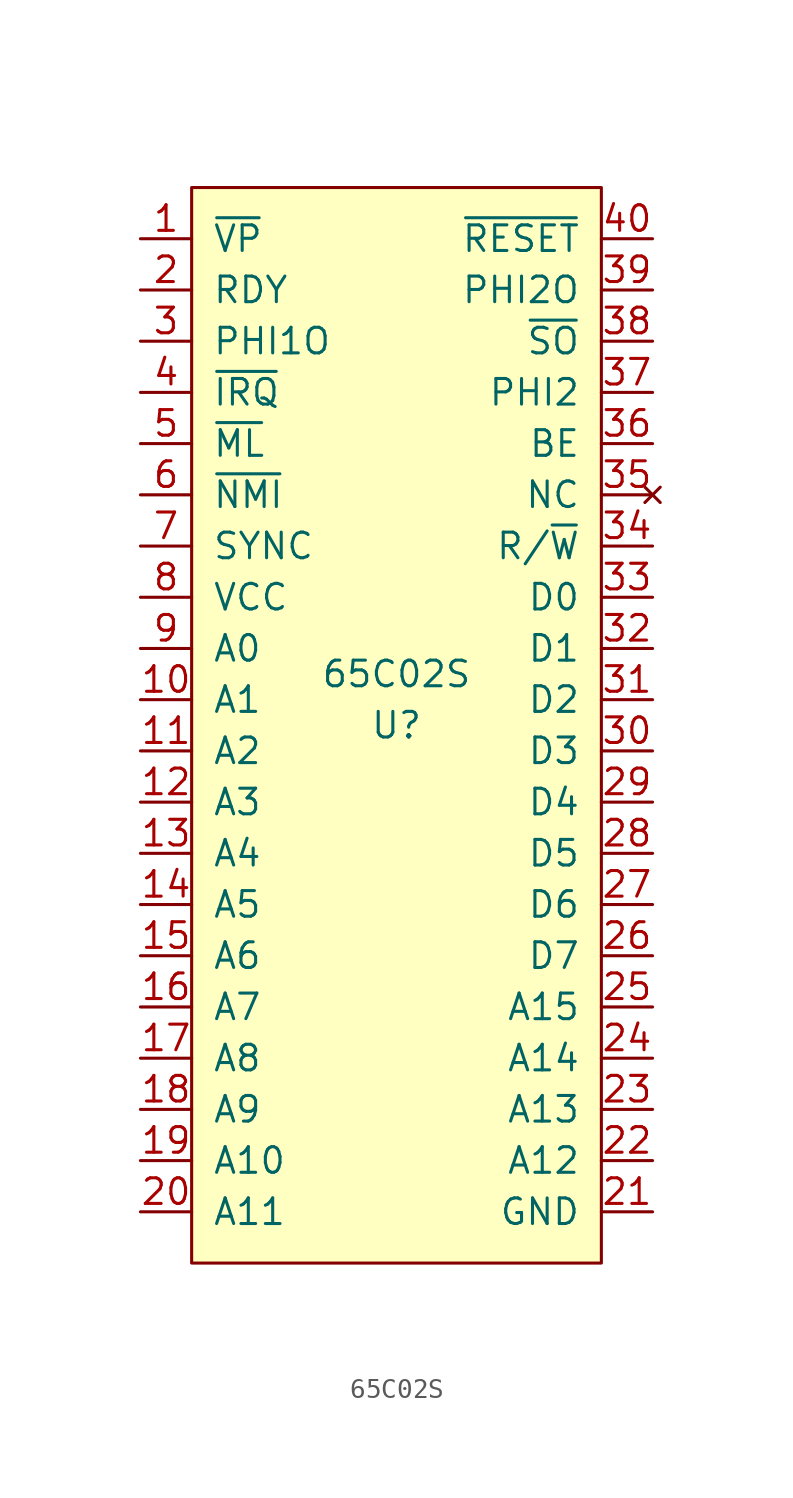
<source format=kicad_sym>
(kicad_symbol_lib
  (version 20211014)
  (generator kicad_symbol_editor)
  (symbol "65C02S"
    (pin_names
      (offset 1.016))
    (property "Reference" "U"
      (at 0 -1.27 0)
      (effects (font (size 1.27 1.27))))
    (property "Value" "65C02S"
      (at 0 1.27 0)
      (effects (font (size 1.27 1.27))))
    (symbol "65C02S_0_1"
      (rectangle (start -10.16 25.4) (end 10.16 -27.94) (stroke (width 0) (type default) (color 0 0 0 0)) (fill (type background))))
    (symbol "65C02S_1_1"
      (pin output line (at -12.7 22.86 0) (length 2.54) (name "~{VP}" (effects (font (size 1.27 1.27)))) (number "1" (effects (font (size 1.27 1.27)))))
      (pin output line (at -12.7 0 0) (length 2.54) (name "A1" (effects (font (size 1.27 1.27)))) (number "10" (effects (font (size 1.27 1.27)))))
      (pin output line (at -12.7 -2.54 0) (length 2.54) (name "A2" (effects (font (size 1.27 1.27)))) (number "11" (effects (font (size 1.27 1.27)))))
      (pin output line (at -12.7 -5.08 0) (length 2.54) (name "A3" (effects (font (size 1.27 1.27)))) (number "12" (effects (font (size 1.27 1.27)))))
      (pin output line (at -12.7 -7.62 0) (length 2.54) (name "A4" (effects (font (size 1.27 1.27)))) (number "13" (effects (font (size 1.27 1.27)))))
      (pin output line (at -12.7 -10.16 0) (length 2.54) (name "A5" (effects (font (size 1.27 1.27)))) (number "14" (effects (font (size 1.27 1.27)))))
      (pin output line (at -12.7 -12.7 0) (length 2.54) (name "A6" (effects (font (size 1.27 1.27)))) (number "15" (effects (font (size 1.27 1.27)))))
      (pin output line (at -12.7 -15.24 0) (length 2.54) (name "A7" (effects (font (size 1.27 1.27)))) (number "16" (effects (font (size 1.27 1.27)))))
      (pin output line (at -12.7 -17.78 0) (length 2.54) (name "A8" (effects (font (size 1.27 1.27)))) (number "17" (effects (font (size 1.27 1.27)))))
      (pin output line (at -12.7 -20.32 0) (length 2.54) (name "A9" (effects (font (size 1.27 1.27)))) (number "18" (effects (font (size 1.27 1.27)))))
      (pin output line (at -12.7 -22.86 0) (length 2.54) (name "A10" (effects (font (size 1.27 1.27)))) (number "19" (effects (font (size 1.27 1.27)))))
      (pin bidirectional line (at -12.7 20.32 0) (length 2.54) (name "RDY" (effects (font (size 1.27 1.27)))) (number "2" (effects (font (size 1.27 1.27)))))
      (pin output line (at -12.7 -25.4 0) (length 2.54) (name "A11" (effects (font (size 1.27 1.27)))) (number "20" (effects (font (size 1.27 1.27)))))
      (pin power_in line (at 12.7 -25.4 180) (length 2.54) (name "GND" (effects (font (size 1.27 1.27)))) (number "21" (effects (font (size 1.27 1.27)))))
      (pin output line (at 12.7 -22.86 180) (length 2.54) (name "A12" (effects (font (size 1.27 1.27)))) (number "22" (effects (font (size 1.27 1.27)))))
      (pin output line (at 12.7 -20.32 180) (length 2.54) (name "A13" (effects (font (size 1.27 1.27)))) (number "23" (effects (font (size 1.27 1.27)))))
      (pin output line (at 12.7 -17.78 180) (length 2.54) (name "A14" (effects (font (size 1.27 1.27)))) (number "24" (effects (font (size 1.27 1.27)))))
      (pin output line (at 12.7 -15.24 180) (length 2.54) (name "A15" (effects (font (size 1.27 1.27)))) (number "25" (effects (font (size 1.27 1.27)))))
      (pin bidirectional line (at 12.7 -12.7 180) (length 2.54) (name "D7" (effects (font (size 1.27 1.27)))) (number "26" (effects (font (size 1.27 1.27)))))
      (pin bidirectional line (at 12.7 -10.16 180) (length 2.54) (name "D6" (effects (font (size 1.27 1.27)))) (number "27" (effects (font (size 1.27 1.27)))))
      (pin bidirectional line (at 12.7 -7.62 180) (length 2.54) (name "D5" (effects (font (size 1.27 1.27)))) (number "28" (effects (font (size 1.27 1.27)))))
      (pin bidirectional line (at 12.7 -5.08 180) (length 2.54) (name "D4" (effects (font (size 1.27 1.27)))) (number "29" (effects (font (size 1.27 1.27)))))
      (pin output line (at -12.7 17.78 0) (length 2.54) (name "PHI1O" (effects (font (size 1.27 1.27)))) (number "3" (effects (font (size 1.27 1.27)))))
      (pin bidirectional line (at 12.7 -2.54 180) (length 2.54) (name "D3" (effects (font (size 1.27 1.27)))) (number "30" (effects (font (size 1.27 1.27)))))
      (pin bidirectional line (at 12.7 0 180) (length 2.54) (name "D2" (effects (font (size 1.27 1.27)))) (number "31" (effects (font (size 1.27 1.27)))))
      (pin bidirectional line (at 12.7 2.54 180) (length 2.54) (name "D1" (effects (font (size 1.27 1.27)))) (number "32" (effects (font (size 1.27 1.27)))))
      (pin bidirectional line (at 12.7 5.08 180) (length 2.54) (name "D0" (effects (font (size 1.27 1.27)))) (number "33" (effects (font (size 1.27 1.27)))))
      (pin output line (at 12.7 7.62 180) (length 2.54) (name "R/~{W}" (effects (font (size 1.27 1.27)))) (number "34" (effects (font (size 1.27 1.27)))))
      (pin no_connect line (at 12.7 10.16 180) (length 2.54) (name "NC" (effects (font (size 1.27 1.27)))) (number "35" (effects (font (size 1.27 1.27)))))
      (pin input line (at 12.7 12.7 180) (length 2.54) (name "BE" (effects (font (size 1.27 1.27)))) (number "36" (effects (font (size 1.27 1.27)))))
      (pin input line (at 12.7 15.24 180) (length 2.54) (name "PHI2" (effects (font (size 1.27 1.27)))) (number "37" (effects (font (size 1.27 1.27)))))
      (pin input line (at 12.7 17.78 180) (length 2.54) (name "~{SO}" (effects (font (size 1.27 1.27)))) (number "38" (effects (font (size 1.27 1.27)))))
      (pin input line (at 12.7 20.32 180) (length 2.54) (name "PHI2O" (effects (font (size 1.27 1.27)))) (number "39" (effects (font (size 1.27 1.27)))))
      (pin input line (at -12.7 15.24 0) (length 2.54) (name "~{IRQ}" (effects (font (size 1.27 1.27)))) (number "4" (effects (font (size 1.27 1.27)))))
      (pin input line (at 12.7 22.86 180) (length 2.54) (name "~{RESET}" (effects (font (size 1.27 1.27)))) (number "40" (effects (font (size 1.27 1.27)))))
      (pin output line (at -12.7 12.7 0) (length 2.54) (name "~{ML}" (effects (font (size 1.27 1.27)))) (number "5" (effects (font (size 1.27 1.27)))))
      (pin input line (at -12.7 10.16 0) (length 2.54) (name "~{NMI}" (effects (font (size 1.27 1.27)))) (number "6" (effects (font (size 1.27 1.27)))))
      (pin output line (at -12.7 7.62 0) (length 2.54) (name "SYNC" (effects (font (size 1.27 1.27)))) (number "7" (effects (font (size 1.27 1.27)))))
      (pin power_in line (at -12.7 5.08 0) (length 2.54) (name "VCC" (effects (font (size 1.27 1.27)))) (number "8" (effects (font (size 1.27 1.27)))))
      (pin output line (at -12.7 2.54 0) (length 2.54) (name "A0" (effects (font (size 1.27 1.27)))) (number "9" (effects (font (size 1.27 1.27))))))))
</source>
